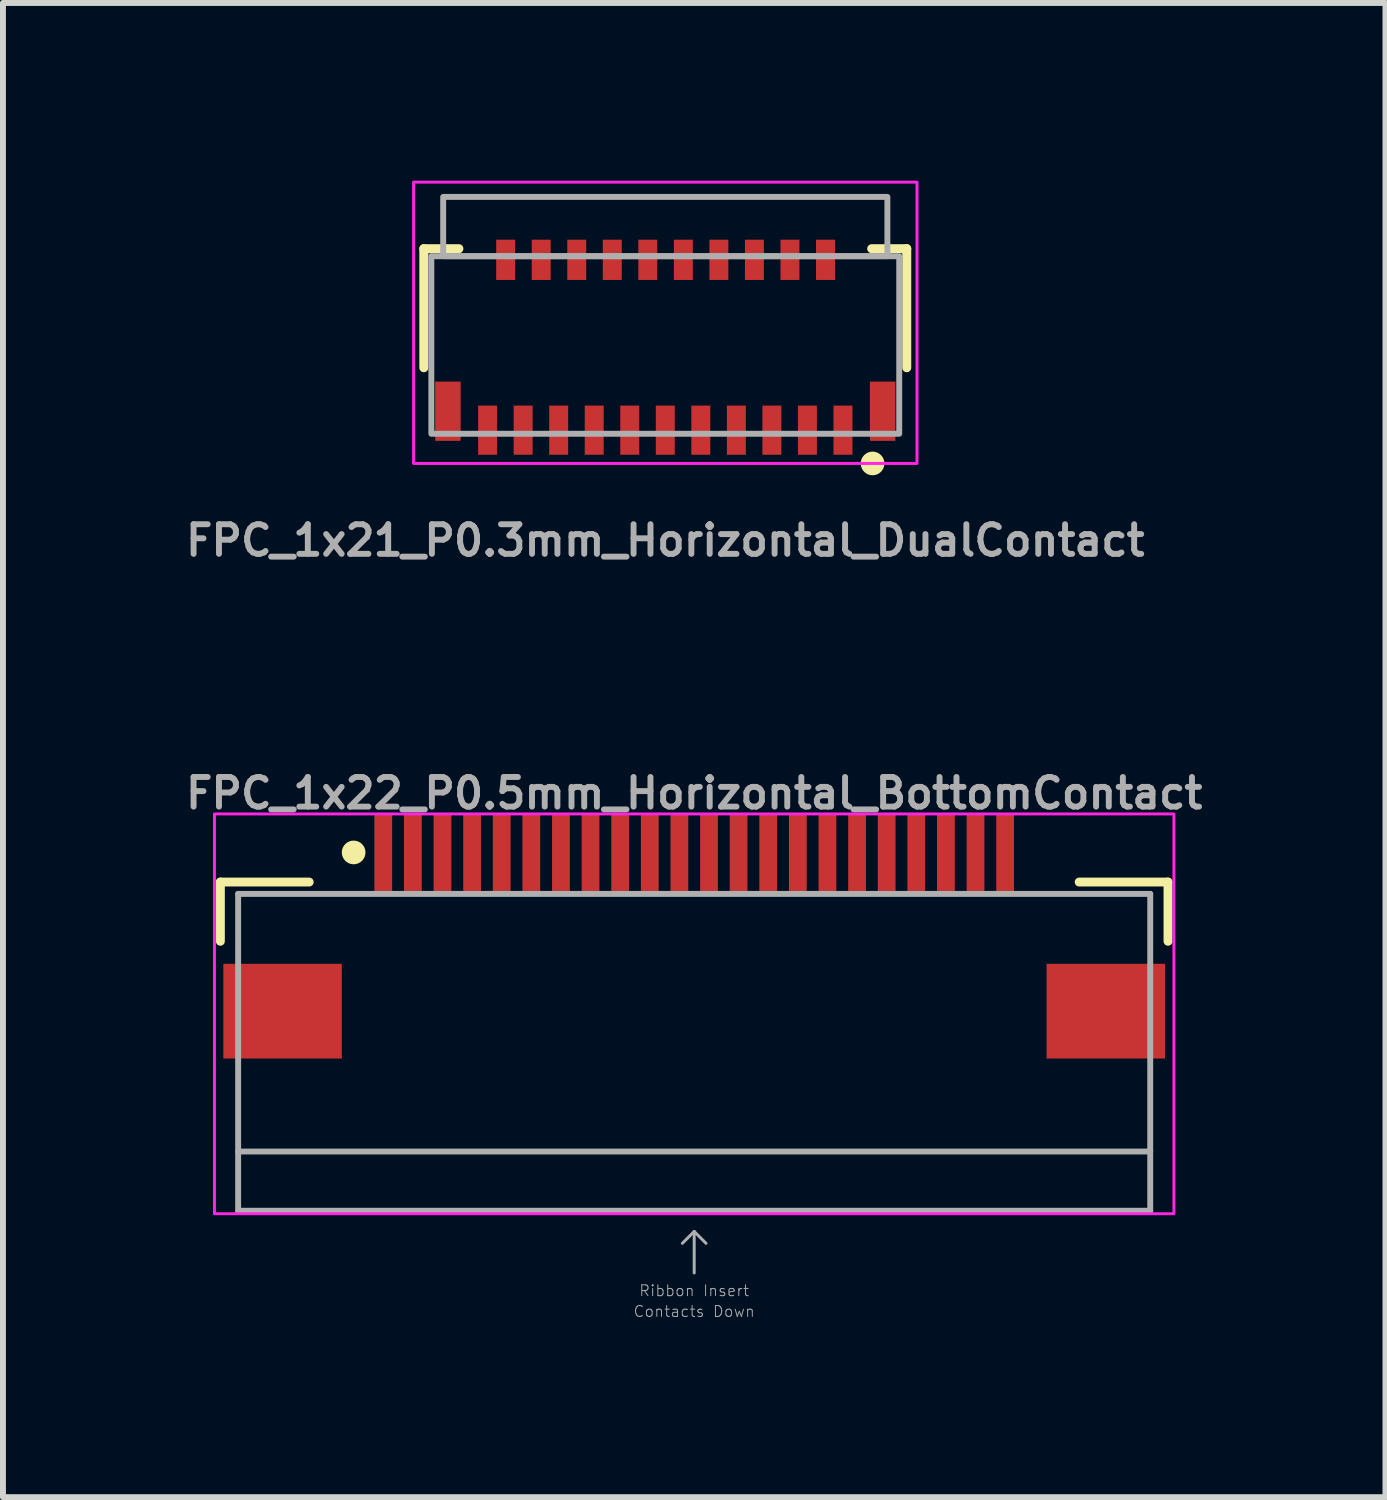
<source format=kicad_pcb>
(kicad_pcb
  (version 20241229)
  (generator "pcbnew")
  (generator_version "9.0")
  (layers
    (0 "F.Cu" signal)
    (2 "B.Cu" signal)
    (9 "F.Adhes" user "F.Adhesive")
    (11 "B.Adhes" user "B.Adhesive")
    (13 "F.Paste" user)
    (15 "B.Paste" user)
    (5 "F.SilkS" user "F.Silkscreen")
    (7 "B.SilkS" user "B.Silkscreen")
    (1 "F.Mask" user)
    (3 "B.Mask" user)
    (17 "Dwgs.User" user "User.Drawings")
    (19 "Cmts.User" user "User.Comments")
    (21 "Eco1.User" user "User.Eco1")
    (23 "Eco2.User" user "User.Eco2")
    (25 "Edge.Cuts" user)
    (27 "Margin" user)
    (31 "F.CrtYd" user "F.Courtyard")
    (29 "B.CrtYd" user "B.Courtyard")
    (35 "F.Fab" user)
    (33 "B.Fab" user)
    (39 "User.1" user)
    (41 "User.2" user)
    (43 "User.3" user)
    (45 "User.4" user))
  (footprint "FPC_1x21_P0.3mm_Horizontal_DualContact"
    (layer "F.Cu")
    (at 8.183 2.775)
    (property "Reference" "FPC_1x21_P0.3mm_Horizontal_DualContact" (at 0 3.3 0) (unlocked yes) (layer "F.Fab") (effects (font (size 0.5 0.5) (thickness 0.1))))
    (attr smd)
    (fp_line (start -4.077 -1.626) (end -4.077 0.384) (stroke (width 0.152) (type solid)) (layer "F.SilkS"))
    (fp_line (start -3.485 -1.626) (end -4.077 -1.626) (stroke (width 0.152) (type solid)) (layer "F.SilkS"))
    (fp_line (start 4.077 -1.626) (end 3.485 -1.626) (stroke (width 0.152) (type solid)) (layer "F.SilkS"))
    (fp_line (start 4.077 0.384) (end 4.077 -1.626) (stroke (width 0.152) (type solid)) (layer "F.SilkS"))
    (fp_circle (center 3.5 2) (end 3.4 2) (stroke (width 0.2) (type solid)) (fill yes) (layer "F.SilkS"))
    (fp_rect (start -4.25 -2.75) (end 4.25 2) (stroke (width 0.05) (type default)) (fill no) (layer "F.CrtYd"))
    (fp_rect (start -3.95 -1.499) (end 3.95 1.499) (stroke (width 0.1) (type default)) (fill no) (layer "F.Fab"))
    (fp_rect (start -3.75 -2.5) (end 3.75 -1.5) (stroke (width 0.1) (type default)) (fill no) (layer "F.Fab"))
    (fp_line (start -3.3 0.05) (end -3.3 4.05) (stroke (width 0.1) (type solid)) (layer "User.2"))
    (fp_line (start -3.3 0.05) (end 3.3 0.05) (stroke (width 0.1) (type default)) (layer "User.2"))
    (fp_line (start -3.3 2.55) (end 3.3 2.55) (stroke (width 0.1) (type default)) (layer "User.2"))
    (fp_line (start -3.3 4.05) (end 3.3 4.05) (stroke (width 0.1) (type default)) (layer "User.2"))
    (fp_line (start 3.3 0.05) (end 3.3 4.05) (stroke (width 0.1) (type solid)) (layer "User.2"))
    (fp_text user "Stiffener" (at 0 0.6 0) (unlocked yes) (layer "User.2") (effects (font (size 0.5 0.5) (thickness 0.125))))
    (fp_text user "FPC Insertion Depth" (at 0 -0.6 0) (unlocked yes) (layer "User.2") (effects (font (size 0.5 0.5) (thickness 0.125))))
    (pad "1" smd rect (at 3 1.438) (size 0.32 0.83) (layers "F.Cu" "F.Mask" "F.Paste"))
    (pad "2" smd rect (at 2.705 -1.438) (size 0.32 0.68) (layers "F.Cu" "F.Mask" "F.Paste"))
    (pad "3" smd rect (at 2.4 1.438) (size 0.32 0.83) (layers "F.Cu" "F.Mask" "F.Paste"))
    (pad "4" smd rect (at 2.105 -1.438) (size 0.32 0.68) (layers "F.Cu" "F.Mask" "F.Paste"))
    (pad "5" smd rect (at 1.8 1.438) (size 0.32 0.83) (layers "F.Cu" "F.Mask" "F.Paste"))
    (pad "6" smd rect (at 1.505 -1.438) (size 0.32 0.68) (layers "F.Cu" "F.Mask" "F.Paste"))
    (pad "7" smd rect (at 1.2 1.438) (size 0.32 0.83) (layers "F.Cu" "F.Mask" "F.Paste"))
    (pad "8" smd rect (at 0.905 -1.438) (size 0.32 0.68) (layers "F.Cu" "F.Mask" "F.Paste"))
    (pad "9" smd rect (at 0.6 1.438) (size 0.32 0.83) (layers "F.Cu" "F.Mask" "F.Paste"))
    (pad "10" smd rect (at 0.305 -1.438) (size 0.32 0.68) (layers "F.Cu" "F.Mask" "F.Paste"))
    (pad "11" smd rect (at 0 1.438) (size 0.32 0.83) (layers "F.Cu" "F.Mask" "F.Paste"))
    (pad "12" smd rect (at -0.295 -1.438) (size 0.32 0.68) (layers "F.Cu" "F.Mask" "F.Paste"))
    (pad "13" smd rect (at -0.6 1.438) (size 0.32 0.83) (layers "F.Cu" "F.Mask" "F.Paste"))
    (pad "14" smd rect (at -0.895 -1.438) (size 0.32 0.68) (layers "F.Cu" "F.Mask" "F.Paste"))
    (pad "15" smd rect (at -1.2 1.438) (size 0.32 0.83) (layers "F.Cu" "F.Mask" "F.Paste"))
    (pad "16" smd rect (at -1.495 -1.438) (size 0.32 0.68) (layers "F.Cu" "F.Mask" "F.Paste"))
    (pad "17" smd rect (at -1.8 1.438) (size 0.32 0.83) (layers "F.Cu" "F.Mask" "F.Paste"))
    (pad "18" smd rect (at -2.095 -1.438) (size 0.32 0.68) (layers "F.Cu" "F.Mask" "F.Paste"))
    (pad "19" smd rect (at -2.4 1.438) (size 0.32 0.83) (layers "F.Cu" "F.Mask" "F.Paste"))
    (pad "20" smd rect (at -2.695 -1.438) (size 0.32 0.68) (layers "F.Cu" "F.Mask" "F.Paste"))
    (pad "21" smd rect (at -3 1.438) (size 0.32 0.83) (layers "F.Cu" "F.Mask" "F.Paste"))
    (pad "22" smd rect (at -3.67 1.118) (size 0.43 1) (layers "F.Cu" "F.Mask" "F.Paste"))
    (pad "23" smd rect (at 3.67 1.118) (size 0.43 1) (layers "F.Cu" "F.Mask" "F.Paste")))
  (footprint "FPC_1x22_P0.5mm_Horizontal_BottomContact"
    (layer "F.Cu")
    (at 8.671 11.343)
    (property "Reference" "FPC_1x22_P0.5mm_Horizontal_BottomContact" (at 0 -1 0) (unlocked yes) (layer "F.Fab") (effects (font (size 0.5 0.5) (thickness 0.1))))
    (attr smd)
    (fp_line (start -8 0.5) (end -6.5 0.5) (stroke (width 0.15) (type default)) (layer "F.SilkS"))
    (fp_line (start -8 1.5) (end -8 0.5) (stroke (width 0.15) (type default)) (layer "F.SilkS"))
    (fp_line (start 6.5 0.5) (end 8 0.5) (stroke (width 0.15) (type default)) (layer "F.SilkS"))
    (fp_line (start 8 0.5) (end 8 1.5) (stroke (width 0.15) (type default)) (layer "F.SilkS"))
    (fp_circle (center -5.75 0) (end -5.85 0) (stroke (width 0.2) (type solid)) (fill yes) (layer "F.SilkS"))
    (fp_rect (start -5.35 -0.5) (end -5.15 0.5) (stroke (width 0) (type default)) (fill yes) (layer "F.Paste"))
    (fp_rect (start -4.85 -0.5) (end -4.65 0.5) (stroke (width 0) (type default)) (fill yes) (layer "F.Paste"))
    (fp_rect (start -4.35 -0.5) (end -4.15 0.5) (stroke (width 0) (type default)) (fill yes) (layer "F.Paste"))
    (fp_rect (start -3.85 -0.5) (end -3.65 0.5) (stroke (width 0) (type default)) (fill yes) (layer "F.Paste"))
    (fp_rect (start -3.35 -0.5) (end -3.15 0.5) (stroke (width 0) (type default)) (fill yes) (layer "F.Paste"))
    (fp_rect (start -2.85 -0.5) (end -2.65 0.5) (stroke (width 0) (type default)) (fill yes) (layer "F.Paste"))
    (fp_rect (start -2.35 -0.5) (end -2.15 0.5) (stroke (width 0) (type default)) (fill yes) (layer "F.Paste"))
    (fp_rect (start -1.85 -0.5) (end -1.65 0.5) (stroke (width 0) (type default)) (fill yes) (layer "F.Paste"))
    (fp_rect (start -1.35 -0.5) (end -1.15 0.5) (stroke (width 0) (type default)) (fill yes) (layer "F.Paste"))
    (fp_rect (start -0.85 -0.5) (end -0.65 0.5) (stroke (width 0) (type default)) (fill yes) (layer "F.Paste"))
    (fp_rect (start -0.35 -0.5) (end -0.15 0.5) (stroke (width 0) (type default)) (fill yes) (layer "F.Paste"))
    (fp_rect (start 0.15 -0.5) (end 0.35 0.5) (stroke (width 0) (type default)) (fill yes) (layer "F.Paste"))
    (fp_rect (start 0.65 -0.5) (end 0.85 0.5) (stroke (width 0) (type default)) (fill yes) (layer "F.Paste"))
    (fp_rect (start 1.15 -0.5) (end 1.35 0.5) (stroke (width 0) (type default)) (fill yes) (layer "F.Paste"))
    (fp_rect (start 1.65 -0.5) (end 1.85 0.5) (stroke (width 0) (type default)) (fill yes) (layer "F.Paste"))
    (fp_rect (start 2.15 -0.5) (end 2.35 0.5) (stroke (width 0) (type default)) (fill yes) (layer "F.Paste"))
    (fp_rect (start 2.65 -0.5) (end 2.85 0.5) (stroke (width 0) (type default)) (fill yes) (layer "F.Paste"))
    (fp_rect (start 3.15 -0.5) (end 3.35 0.5) (stroke (width 0) (type default)) (fill yes) (layer "F.Paste"))
    (fp_rect (start 3.65 -0.5) (end 3.85 0.5) (stroke (width 0) (type default)) (fill yes) (layer "F.Paste"))
    (fp_rect (start 4.15 -0.5) (end 4.35 0.5) (stroke (width 0) (type default)) (fill yes) (layer "F.Paste"))
    (fp_rect (start 4.65 -0.5) (end 4.85 0.5) (stroke (width 0) (type default)) (fill yes) (layer "F.Paste"))
    (fp_rect (start 5.15 -0.5) (end 5.35 0.5) (stroke (width 0) (type default)) (fill yes) (layer "F.Paste"))
    (fp_rect (start -8.1 -0.65) (end 8.1 6.1) (stroke (width 0.05) (type default)) (fill no) (layer "F.CrtYd"))
    (fp_line (start -7.7 0.7) (end -7.7 6.05) (stroke (width 0.1) (type default)) (layer "F.Fab"))
    (fp_line (start -7.7 6.05) (end 7.7 6.05) (stroke (width 0.1) (type default)) (layer "F.Fab"))
    (fp_line (start 0 6.4) (end -0.2 6.6) (stroke (width 0.05) (type solid)) (layer "F.Fab"))
    (fp_line (start 0 6.4) (end 0.2 6.6) (stroke (width 0.05) (type solid)) (layer "F.Fab"))
    (fp_line (start 0 7.1) (end 0 6.4) (stroke (width 0.05) (type solid)) (layer "F.Fab"))
    (fp_line (start 7.7 0.7) (end -7.7 0.7) (stroke (width 0.1) (type default)) (layer "F.Fab"))
    (fp_line (start 7.7 5.05) (end -7.7 5.05) (stroke (width 0.1) (type default)) (layer "F.Fab"))
    (fp_line (start 7.7 6.05) (end 7.7 0.7) (stroke (width 0.1) (type default)) (layer "F.Fab"))
    (fp_text user "Ribbon Insert" (at 0 7.4 0) (layer "F.Fab") (effects (font (size 0.184 0.184) (thickness 0.016))))
    (fp_text user "Contacts Down" (at 0 7.75 0) (layer "F.Fab") (effects (font (size 0.184 0.184) (thickness 0.016))))
    (pad "1" smd rect (at -5.25 0 180) (size 0.3 1.3) (layers "F.Cu" "F.Mask"))
    (pad "2" smd rect (at -4.75 0 180) (size 0.3 1.3) (layers "F.Cu" "F.Mask"))
    (pad "3" smd rect (at -4.25 0 180) (size 0.3 1.3) (layers "F.Cu" "F.Mask"))
    (pad "4" smd rect (at -3.75 0 180) (size 0.3 1.3) (layers "F.Cu" "F.Mask"))
    (pad "5" smd rect (at -3.25 0 180) (size 0.3 1.3) (layers "F.Cu" "F.Mask"))
    (pad "6" smd rect (at -2.75 0 180) (size 0.3 1.3) (layers "F.Cu" "F.Mask"))
    (pad "7" smd rect (at -2.25 0 180) (size 0.3 1.3) (layers "F.Cu" "F.Mask"))
    (pad "8" smd rect (at -1.75 0 180) (size 0.3 1.3) (layers "F.Cu" "F.Mask"))
    (pad "9" smd rect (at -1.25 0 180) (size 0.3 1.3) (layers "F.Cu" "F.Mask"))
    (pad "10" smd rect (at -0.75 0 180) (size 0.3 1.3) (layers "F.Cu" "F.Mask"))
    (pad "11" smd rect (at -0.25 0 180) (size 0.3 1.3) (layers "F.Cu" "F.Mask"))
    (pad "12" smd rect (at 0.25 0 180) (size 0.3 1.3) (layers "F.Cu" "F.Mask"))
    (pad "13" smd rect (at 0.75 0 180) (size 0.3 1.3) (layers "F.Cu" "F.Mask"))
    (pad "14" smd rect (at 1.25 0 180) (size 0.3 1.3) (layers "F.Cu" "F.Mask"))
    (pad "15" smd rect (at 1.75 0 180) (size 0.3 1.3) (layers "F.Cu" "F.Mask"))
    (pad "16" smd rect (at 2.25 0 180) (size 0.3 1.3) (layers "F.Cu" "F.Mask"))
    (pad "17" smd rect (at 2.75 0 180) (size 0.3 1.3) (layers "F.Cu" "F.Mask"))
    (pad "18" smd rect (at 3.25 0 180) (size 0.3 1.3) (layers "F.Cu" "F.Mask"))
    (pad "19" smd rect (at 3.75 0 180) (size 0.3 1.3) (layers "F.Cu" "F.Mask"))
    (pad "20" smd rect (at 4.25 0 180) (size 0.3 1.3) (layers "F.Cu" "F.Mask"))
    (pad "21" smd rect (at 4.75 0 180) (size 0.3 1.3) (layers "F.Cu" "F.Mask"))
    (pad "22" smd rect (at 5.25 0 180) (size 0.3 1.3) (layers "F.Cu" "F.Mask"))
    (pad "NC" smd rect (at -6.95 2.68 90) (size 1.6 2) (layers "F.Cu" "F.Mask" "F.Paste"))
    (pad "NC" smd rect (at 6.95 2.68 90) (size 1.6 2) (layers "F.Cu" "F.Mask" "F.Paste")))
  (gr_rect
    (start -3 -3)
    (end 20.343 22.229)
    (stroke (width 0.1) (type default))
    (fill no)
    (layer "Edge.Cuts")))
</source>
